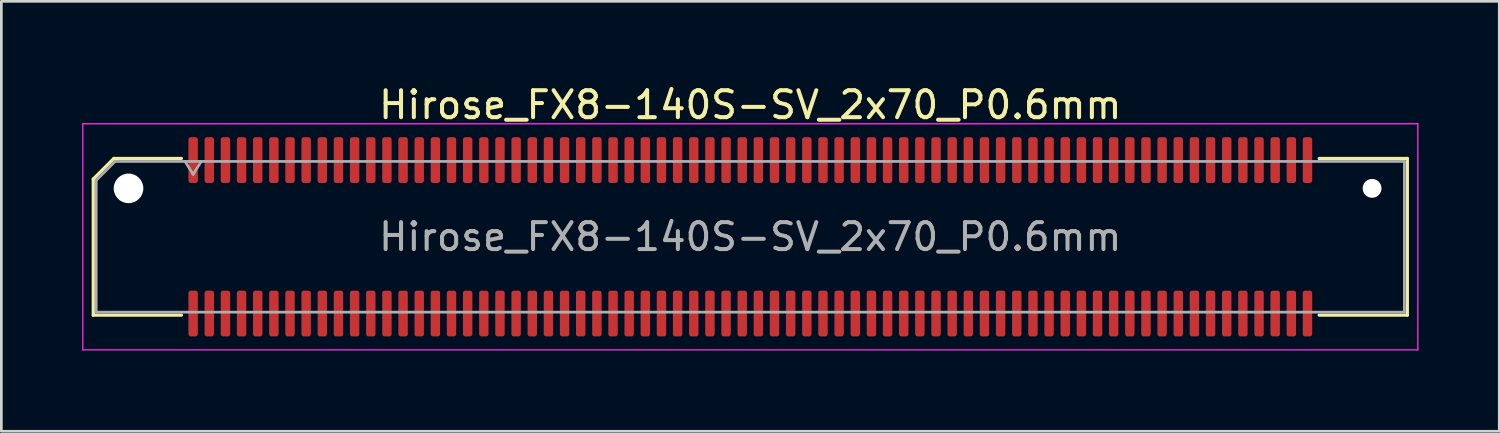
<source format=kicad_pcb>
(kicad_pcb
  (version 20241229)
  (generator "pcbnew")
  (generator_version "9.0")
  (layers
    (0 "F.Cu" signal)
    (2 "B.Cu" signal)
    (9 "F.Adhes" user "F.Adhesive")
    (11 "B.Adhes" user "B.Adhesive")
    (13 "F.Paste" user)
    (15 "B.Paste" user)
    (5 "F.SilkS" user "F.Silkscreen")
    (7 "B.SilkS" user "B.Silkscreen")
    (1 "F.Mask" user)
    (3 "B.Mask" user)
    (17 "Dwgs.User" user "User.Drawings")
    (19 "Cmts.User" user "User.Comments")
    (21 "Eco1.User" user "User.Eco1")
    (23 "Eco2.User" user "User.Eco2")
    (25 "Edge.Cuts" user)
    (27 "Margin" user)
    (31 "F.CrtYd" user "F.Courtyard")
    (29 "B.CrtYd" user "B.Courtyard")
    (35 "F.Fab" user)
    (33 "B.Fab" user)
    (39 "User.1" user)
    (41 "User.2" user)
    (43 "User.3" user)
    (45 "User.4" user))
  (footprint "Hirose_FX8-140S-SV_2x70_P0.6mm"
    (layer "F.Cu")
    (at 24.825 5.748)
    (property "Reference" "Hirose_FX8-140S-SV_2x70_P0.6mm" (at 0 -4.9 0) (layer "F.SilkS") (effects (font (size 1 1) (thickness 0.15))))
    (attr smd)
    (fp_line (start -24.41 -2.146) (end -23.646 -2.91) (stroke (width 0.12) (type solid)) (layer "F.SilkS"))
    (fp_line (start -24.41 2.91) (end -24.41 -2.146) (stroke (width 0.12) (type solid)) (layer "F.SilkS"))
    (fp_line (start -23.646 -2.91) (end -21.135 -2.91) (stroke (width 0.12) (type solid)) (layer "F.SilkS"))
    (fp_line (start -21.135 2.91) (end -24.41 2.91) (stroke (width 0.12) (type solid)) (layer "F.SilkS"))
    (fp_line (start 21.135 -2.91) (end 24.41 -2.91) (stroke (width 0.12) (type solid)) (layer "F.SilkS"))
    (fp_line (start 24.41 -2.91) (end 24.41 2.91) (stroke (width 0.12) (type solid)) (layer "F.SilkS"))
    (fp_line (start 24.41 2.91) (end 21.135 2.91) (stroke (width 0.12) (type solid)) (layer "F.SilkS"))
    (fp_line (start -24.8 -4.2) (end -24.8 4.2) (stroke (width 0.05) (type solid)) (layer "F.CrtYd"))
    (fp_line (start -24.8 4.2) (end 24.8 4.2) (stroke (width 0.05) (type solid)) (layer "F.CrtYd"))
    (fp_line (start 24.8 -4.2) (end -24.8 -4.2) (stroke (width 0.05) (type solid)) (layer "F.CrtYd"))
    (fp_line (start 24.8 4.2) (end 24.8 -4.2) (stroke (width 0.05) (type solid)) (layer "F.CrtYd"))
    (fp_line (start -24.3 -2.1) (end -23.6 -2.8) (stroke (width 0.1) (type solid)) (layer "F.Fab"))
    (fp_line (start -24.3 2.8) (end -24.3 -2.1) (stroke (width 0.1) (type solid)) (layer "F.Fab"))
    (fp_line (start -23.6 -2.8) (end 24.3 -2.8) (stroke (width 0.1) (type solid)) (layer "F.Fab"))
    (fp_line (start -21 -2.8) (end -20.7 -2.32) (stroke (width 0.1) (type solid)) (layer "F.Fab"))
    (fp_line (start -20.7 -2.32) (end -20.4 -2.8) (stroke (width 0.1) (type solid)) (layer "F.Fab"))
    (fp_line (start 24.3 -2.8) (end 24.3 2.8) (stroke (width 0.1) (type solid)) (layer "F.Fab"))
    (fp_line (start 24.3 2.8) (end -24.3 2.8) (stroke (width 0.1) (type solid)) (layer "F.Fab"))
    (fp_text user "${REFERENCE}" (at 0 0 0) (layer "F.Fab") (effects (font (size 1 1) (thickness 0.15))))
    (pad "" np_thru_hole circle (at -23.1 -1.8) (size 1.1 1.1) (drill 1.1) (layers "*.Cu" "*.Mask"))
    (pad "" np_thru_hole circle (at 23.1 -1.8) (size 0.7 0.7) (drill 0.7) (layers "*.Cu" "*.Mask"))
    (pad "1" smd roundrect (at -20.7 -2.85) (size 0.35 1.7) (layers "F.Cu" "F.Mask" "F.Paste") (roundrect_rratio 0.25))
    (pad "2" smd roundrect (at -20.7 2.85) (size 0.35 1.7) (layers "F.Cu" "F.Mask" "F.Paste") (roundrect_rratio 0.25))
    (pad "3" smd roundrect (at -20.1 -2.85) (size 0.35 1.7) (layers "F.Cu" "F.Mask" "F.Paste") (roundrect_rratio 0.25))
    (pad "4" smd roundrect (at -20.1 2.85) (size 0.35 1.7) (layers "F.Cu" "F.Mask" "F.Paste") (roundrect_rratio 0.25))
    (pad "5" smd roundrect (at -19.5 -2.85) (size 0.35 1.7) (layers "F.Cu" "F.Mask" "F.Paste") (roundrect_rratio 0.25))
    (pad "6" smd roundrect (at -19.5 2.85) (size 0.35 1.7) (layers "F.Cu" "F.Mask" "F.Paste") (roundrect_rratio 0.25))
    (pad "7" smd roundrect (at -18.9 -2.85) (size 0.35 1.7) (layers "F.Cu" "F.Mask" "F.Paste") (roundrect_rratio 0.25))
    (pad "8" smd roundrect (at -18.9 2.85) (size 0.35 1.7) (layers "F.Cu" "F.Mask" "F.Paste") (roundrect_rratio 0.25))
    (pad "9" smd roundrect (at -18.3 -2.85) (size 0.35 1.7) (layers "F.Cu" "F.Mask" "F.Paste") (roundrect_rratio 0.25))
    (pad "10" smd roundrect (at -18.3 2.85) (size 0.35 1.7) (layers "F.Cu" "F.Mask" "F.Paste") (roundrect_rratio 0.25))
    (pad "11" smd roundrect (at -17.7 -2.85) (size 0.35 1.7) (layers "F.Cu" "F.Mask" "F.Paste") (roundrect_rratio 0.25))
    (pad "12" smd roundrect (at -17.7 2.85) (size 0.35 1.7) (layers "F.Cu" "F.Mask" "F.Paste") (roundrect_rratio 0.25))
    (pad "13" smd roundrect (at -17.1 -2.85) (size 0.35 1.7) (layers "F.Cu" "F.Mask" "F.Paste") (roundrect_rratio 0.25))
    (pad "14" smd roundrect (at -17.1 2.85) (size 0.35 1.7) (layers "F.Cu" "F.Mask" "F.Paste") (roundrect_rratio 0.25))
    (pad "15" smd roundrect (at -16.5 -2.85) (size 0.35 1.7) (layers "F.Cu" "F.Mask" "F.Paste") (roundrect_rratio 0.25))
    (pad "16" smd roundrect (at -16.5 2.85) (size 0.35 1.7) (layers "F.Cu" "F.Mask" "F.Paste") (roundrect_rratio 0.25))
    (pad "17" smd roundrect (at -15.9 -2.85) (size 0.35 1.7) (layers "F.Cu" "F.Mask" "F.Paste") (roundrect_rratio 0.25))
    (pad "18" smd roundrect (at -15.9 2.85) (size 0.35 1.7) (layers "F.Cu" "F.Mask" "F.Paste") (roundrect_rratio 0.25))
    (pad "19" smd roundrect (at -15.3 -2.85) (size 0.35 1.7) (layers "F.Cu" "F.Mask" "F.Paste") (roundrect_rratio 0.25))
    (pad "20" smd roundrect (at -15.3 2.85) (size 0.35 1.7) (layers "F.Cu" "F.Mask" "F.Paste") (roundrect_rratio 0.25))
    (pad "21" smd roundrect (at -14.7 -2.85) (size 0.35 1.7) (layers "F.Cu" "F.Mask" "F.Paste") (roundrect_rratio 0.25))
    (pad "22" smd roundrect (at -14.7 2.85) (size 0.35 1.7) (layers "F.Cu" "F.Mask" "F.Paste") (roundrect_rratio 0.25))
    (pad "23" smd roundrect (at -14.1 -2.85) (size 0.35 1.7) (layers "F.Cu" "F.Mask" "F.Paste") (roundrect_rratio 0.25))
    (pad "24" smd roundrect (at -14.1 2.85) (size 0.35 1.7) (layers "F.Cu" "F.Mask" "F.Paste") (roundrect_rratio 0.25))
    (pad "25" smd roundrect (at -13.5 -2.85) (size 0.35 1.7) (layers "F.Cu" "F.Mask" "F.Paste") (roundrect_rratio 0.25))
    (pad "26" smd roundrect (at -13.5 2.85) (size 0.35 1.7) (layers "F.Cu" "F.Mask" "F.Paste") (roundrect_rratio 0.25))
    (pad "27" smd roundrect (at -12.9 -2.85) (size 0.35 1.7) (layers "F.Cu" "F.Mask" "F.Paste") (roundrect_rratio 0.25))
    (pad "28" smd roundrect (at -12.9 2.85) (size 0.35 1.7) (layers "F.Cu" "F.Mask" "F.Paste") (roundrect_rratio 0.25))
    (pad "29" smd roundrect (at -12.3 -2.85) (size 0.35 1.7) (layers "F.Cu" "F.Mask" "F.Paste") (roundrect_rratio 0.25))
    (pad "30" smd roundrect (at -12.3 2.85) (size 0.35 1.7) (layers "F.Cu" "F.Mask" "F.Paste") (roundrect_rratio 0.25))
    (pad "31" smd roundrect (at -11.7 -2.85) (size 0.35 1.7) (layers "F.Cu" "F.Mask" "F.Paste") (roundrect_rratio 0.25))
    (pad "32" smd roundrect (at -11.7 2.85) (size 0.35 1.7) (layers "F.Cu" "F.Mask" "F.Paste") (roundrect_rratio 0.25))
    (pad "33" smd roundrect (at -11.1 -2.85) (size 0.35 1.7) (layers "F.Cu" "F.Mask" "F.Paste") (roundrect_rratio 0.25))
    (pad "34" smd roundrect (at -11.1 2.85) (size 0.35 1.7) (layers "F.Cu" "F.Mask" "F.Paste") (roundrect_rratio 0.25))
    (pad "35" smd roundrect (at -10.5 -2.85) (size 0.35 1.7) (layers "F.Cu" "F.Mask" "F.Paste") (roundrect_rratio 0.25))
    (pad "36" smd roundrect (at -10.5 2.85) (size 0.35 1.7) (layers "F.Cu" "F.Mask" "F.Paste") (roundrect_rratio 0.25))
    (pad "37" smd roundrect (at -9.9 -2.85) (size 0.35 1.7) (layers "F.Cu" "F.Mask" "F.Paste") (roundrect_rratio 0.25))
    (pad "38" smd roundrect (at -9.9 2.85) (size 0.35 1.7) (layers "F.Cu" "F.Mask" "F.Paste") (roundrect_rratio 0.25))
    (pad "39" smd roundrect (at -9.3 -2.85) (size 0.35 1.7) (layers "F.Cu" "F.Mask" "F.Paste") (roundrect_rratio 0.25))
    (pad "40" smd roundrect (at -9.3 2.85) (size 0.35 1.7) (layers "F.Cu" "F.Mask" "F.Paste") (roundrect_rratio 0.25))
    (pad "41" smd roundrect (at -8.7 -2.85) (size 0.35 1.7) (layers "F.Cu" "F.Mask" "F.Paste") (roundrect_rratio 0.25))
    (pad "42" smd roundrect (at -8.7 2.85) (size 0.35 1.7) (layers "F.Cu" "F.Mask" "F.Paste") (roundrect_rratio 0.25))
    (pad "43" smd roundrect (at -8.1 -2.85) (size 0.35 1.7) (layers "F.Cu" "F.Mask" "F.Paste") (roundrect_rratio 0.25))
    (pad "44" smd roundrect (at -8.1 2.85) (size 0.35 1.7) (layers "F.Cu" "F.Mask" "F.Paste") (roundrect_rratio 0.25))
    (pad "45" smd roundrect (at -7.5 -2.85) (size 0.35 1.7) (layers "F.Cu" "F.Mask" "F.Paste") (roundrect_rratio 0.25))
    (pad "46" smd roundrect (at -7.5 2.85) (size 0.35 1.7) (layers "F.Cu" "F.Mask" "F.Paste") (roundrect_rratio 0.25))
    (pad "47" smd roundrect (at -6.9 -2.85) (size 0.35 1.7) (layers "F.Cu" "F.Mask" "F.Paste") (roundrect_rratio 0.25))
    (pad "48" smd roundrect (at -6.9 2.85) (size 0.35 1.7) (layers "F.Cu" "F.Mask" "F.Paste") (roundrect_rratio 0.25))
    (pad "49" smd roundrect (at -6.3 -2.85) (size 0.35 1.7) (layers "F.Cu" "F.Mask" "F.Paste") (roundrect_rratio 0.25))
    (pad "50" smd roundrect (at -6.3 2.85) (size 0.35 1.7) (layers "F.Cu" "F.Mask" "F.Paste") (roundrect_rratio 0.25))
    (pad "51" smd roundrect (at -5.7 -2.85) (size 0.35 1.7) (layers "F.Cu" "F.Mask" "F.Paste") (roundrect_rratio 0.25))
    (pad "52" smd roundrect (at -5.7 2.85) (size 0.35 1.7) (layers "F.Cu" "F.Mask" "F.Paste") (roundrect_rratio 0.25))
    (pad "53" smd roundrect (at -5.1 -2.85) (size 0.35 1.7) (layers "F.Cu" "F.Mask" "F.Paste") (roundrect_rratio 0.25))
    (pad "54" smd roundrect (at -5.1 2.85) (size 0.35 1.7) (layers "F.Cu" "F.Mask" "F.Paste") (roundrect_rratio 0.25))
    (pad "55" smd roundrect (at -4.5 -2.85) (size 0.35 1.7) (layers "F.Cu" "F.Mask" "F.Paste") (roundrect_rratio 0.25))
    (pad "56" smd roundrect (at -4.5 2.85) (size 0.35 1.7) (layers "F.Cu" "F.Mask" "F.Paste") (roundrect_rratio 0.25))
    (pad "57" smd roundrect (at -3.9 -2.85) (size 0.35 1.7) (layers "F.Cu" "F.Mask" "F.Paste") (roundrect_rratio 0.25))
    (pad "58" smd roundrect (at -3.9 2.85) (size 0.35 1.7) (layers "F.Cu" "F.Mask" "F.Paste") (roundrect_rratio 0.25))
    (pad "59" smd roundrect (at -3.3 -2.85) (size 0.35 1.7) (layers "F.Cu" "F.Mask" "F.Paste") (roundrect_rratio 0.25))
    (pad "60" smd roundrect (at -3.3 2.85) (size 0.35 1.7) (layers "F.Cu" "F.Mask" "F.Paste") (roundrect_rratio 0.25))
    (pad "61" smd roundrect (at -2.7 -2.85) (size 0.35 1.7) (layers "F.Cu" "F.Mask" "F.Paste") (roundrect_rratio 0.25))
    (pad "62" smd roundrect (at -2.7 2.85) (size 0.35 1.7) (layers "F.Cu" "F.Mask" "F.Paste") (roundrect_rratio 0.25))
    (pad "63" smd roundrect (at -2.1 -2.85) (size 0.35 1.7) (layers "F.Cu" "F.Mask" "F.Paste") (roundrect_rratio 0.25))
    (pad "64" smd roundrect (at -2.1 2.85) (size 0.35 1.7) (layers "F.Cu" "F.Mask" "F.Paste") (roundrect_rratio 0.25))
    (pad "65" smd roundrect (at -1.5 -2.85) (size 0.35 1.7) (layers "F.Cu" "F.Mask" "F.Paste") (roundrect_rratio 0.25))
    (pad "66" smd roundrect (at -1.5 2.85) (size 0.35 1.7) (layers "F.Cu" "F.Mask" "F.Paste") (roundrect_rratio 0.25))
    (pad "67" smd roundrect (at -0.9 -2.85) (size 0.35 1.7) (layers "F.Cu" "F.Mask" "F.Paste") (roundrect_rratio 0.25))
    (pad "68" smd roundrect (at -0.9 2.85) (size 0.35 1.7) (layers "F.Cu" "F.Mask" "F.Paste") (roundrect_rratio 0.25))
    (pad "69" smd roundrect (at -0.3 -2.85) (size 0.35 1.7) (layers "F.Cu" "F.Mask" "F.Paste") (roundrect_rratio 0.25))
    (pad "70" smd roundrect (at -0.3 2.85) (size 0.35 1.7) (layers "F.Cu" "F.Mask" "F.Paste") (roundrect_rratio 0.25))
    (pad "71" smd roundrect (at 0.3 -2.85) (size 0.35 1.7) (layers "F.Cu" "F.Mask" "F.Paste") (roundrect_rratio 0.25))
    (pad "72" smd roundrect (at 0.3 2.85) (size 0.35 1.7) (layers "F.Cu" "F.Mask" "F.Paste") (roundrect_rratio 0.25))
    (pad "73" smd roundrect (at 0.9 -2.85) (size 0.35 1.7) (layers "F.Cu" "F.Mask" "F.Paste") (roundrect_rratio 0.25))
    (pad "74" smd roundrect (at 0.9 2.85) (size 0.35 1.7) (layers "F.Cu" "F.Mask" "F.Paste") (roundrect_rratio 0.25))
    (pad "75" smd roundrect (at 1.5 -2.85) (size 0.35 1.7) (layers "F.Cu" "F.Mask" "F.Paste") (roundrect_rratio 0.25))
    (pad "76" smd roundrect (at 1.5 2.85) (size 0.35 1.7) (layers "F.Cu" "F.Mask" "F.Paste") (roundrect_rratio 0.25))
    (pad "77" smd roundrect (at 2.1 -2.85) (size 0.35 1.7) (layers "F.Cu" "F.Mask" "F.Paste") (roundrect_rratio 0.25))
    (pad "78" smd roundrect (at 2.1 2.85) (size 0.35 1.7) (layers "F.Cu" "F.Mask" "F.Paste") (roundrect_rratio 0.25))
    (pad "79" smd roundrect (at 2.7 -2.85) (size 0.35 1.7) (layers "F.Cu" "F.Mask" "F.Paste") (roundrect_rratio 0.25))
    (pad "80" smd roundrect (at 2.7 2.85) (size 0.35 1.7) (layers "F.Cu" "F.Mask" "F.Paste") (roundrect_rratio 0.25))
    (pad "81" smd roundrect (at 3.3 -2.85) (size 0.35 1.7) (layers "F.Cu" "F.Mask" "F.Paste") (roundrect_rratio 0.25))
    (pad "82" smd roundrect (at 3.3 2.85) (size 0.35 1.7) (layers "F.Cu" "F.Mask" "F.Paste") (roundrect_rratio 0.25))
    (pad "83" smd roundrect (at 3.9 -2.85) (size 0.35 1.7) (layers "F.Cu" "F.Mask" "F.Paste") (roundrect_rratio 0.25))
    (pad "84" smd roundrect (at 3.9 2.85) (size 0.35 1.7) (layers "F.Cu" "F.Mask" "F.Paste") (roundrect_rratio 0.25))
    (pad "85" smd roundrect (at 4.5 -2.85) (size 0.35 1.7) (layers "F.Cu" "F.Mask" "F.Paste") (roundrect_rratio 0.25))
    (pad "86" smd roundrect (at 4.5 2.85) (size 0.35 1.7) (layers "F.Cu" "F.Mask" "F.Paste") (roundrect_rratio 0.25))
    (pad "87" smd roundrect (at 5.1 -2.85) (size 0.35 1.7) (layers "F.Cu" "F.Mask" "F.Paste") (roundrect_rratio 0.25))
    (pad "88" smd roundrect (at 5.1 2.85) (size 0.35 1.7) (layers "F.Cu" "F.Mask" "F.Paste") (roundrect_rratio 0.25))
    (pad "89" smd roundrect (at 5.7 -2.85) (size 0.35 1.7) (layers "F.Cu" "F.Mask" "F.Paste") (roundrect_rratio 0.25))
    (pad "90" smd roundrect (at 5.7 2.85) (size 0.35 1.7) (layers "F.Cu" "F.Mask" "F.Paste") (roundrect_rratio 0.25))
    (pad "91" smd roundrect (at 6.3 -2.85) (size 0.35 1.7) (layers "F.Cu" "F.Mask" "F.Paste") (roundrect_rratio 0.25))
    (pad "92" smd roundrect (at 6.3 2.85) (size 0.35 1.7) (layers "F.Cu" "F.Mask" "F.Paste") (roundrect_rratio 0.25))
    (pad "93" smd roundrect (at 6.9 -2.85) (size 0.35 1.7) (layers "F.Cu" "F.Mask" "F.Paste") (roundrect_rratio 0.25))
    (pad "94" smd roundrect (at 6.9 2.85) (size 0.35 1.7) (layers "F.Cu" "F.Mask" "F.Paste") (roundrect_rratio 0.25))
    (pad "95" smd roundrect (at 7.5 -2.85) (size 0.35 1.7) (layers "F.Cu" "F.Mask" "F.Paste") (roundrect_rratio 0.25))
    (pad "96" smd roundrect (at 7.5 2.85) (size 0.35 1.7) (layers "F.Cu" "F.Mask" "F.Paste") (roundrect_rratio 0.25))
    (pad "97" smd roundrect (at 8.1 -2.85) (size 0.35 1.7) (layers "F.Cu" "F.Mask" "F.Paste") (roundrect_rratio 0.25))
    (pad "98" smd roundrect (at 8.1 2.85) (size 0.35 1.7) (layers "F.Cu" "F.Mask" "F.Paste") (roundrect_rratio 0.25))
    (pad "99" smd roundrect (at 8.7 -2.85) (size 0.35 1.7) (layers "F.Cu" "F.Mask" "F.Paste") (roundrect_rratio 0.25))
    (pad "100" smd roundrect (at 8.7 2.85) (size 0.35 1.7) (layers "F.Cu" "F.Mask" "F.Paste") (roundrect_rratio 0.25))
    (pad "101" smd roundrect (at 9.3 -2.85) (size 0.35 1.7) (layers "F.Cu" "F.Mask" "F.Paste") (roundrect_rratio 0.25))
    (pad "102" smd roundrect (at 9.3 2.85) (size 0.35 1.7) (layers "F.Cu" "F.Mask" "F.Paste") (roundrect_rratio 0.25))
    (pad "103" smd roundrect (at 9.9 -2.85) (size 0.35 1.7) (layers "F.Cu" "F.Mask" "F.Paste") (roundrect_rratio 0.25))
    (pad "104" smd roundrect (at 9.9 2.85) (size 0.35 1.7) (layers "F.Cu" "F.Mask" "F.Paste") (roundrect_rratio 0.25))
    (pad "105" smd roundrect (at 10.5 -2.85) (size 0.35 1.7) (layers "F.Cu" "F.Mask" "F.Paste") (roundrect_rratio 0.25))
    (pad "106" smd roundrect (at 10.5 2.85) (size 0.35 1.7) (layers "F.Cu" "F.Mask" "F.Paste") (roundrect_rratio 0.25))
    (pad "107" smd roundrect (at 11.1 -2.85) (size 0.35 1.7) (layers "F.Cu" "F.Mask" "F.Paste") (roundrect_rratio 0.25))
    (pad "108" smd roundrect (at 11.1 2.85) (size 0.35 1.7) (layers "F.Cu" "F.Mask" "F.Paste") (roundrect_rratio 0.25))
    (pad "109" smd roundrect (at 11.7 -2.85) (size 0.35 1.7) (layers "F.Cu" "F.Mask" "F.Paste") (roundrect_rratio 0.25))
    (pad "110" smd roundrect (at 11.7 2.85) (size 0.35 1.7) (layers "F.Cu" "F.Mask" "F.Paste") (roundrect_rratio 0.25))
    (pad "111" smd roundrect (at 12.3 -2.85) (size 0.35 1.7) (layers "F.Cu" "F.Mask" "F.Paste") (roundrect_rratio 0.25))
    (pad "112" smd roundrect (at 12.3 2.85) (size 0.35 1.7) (layers "F.Cu" "F.Mask" "F.Paste") (roundrect_rratio 0.25))
    (pad "113" smd roundrect (at 12.9 -2.85) (size 0.35 1.7) (layers "F.Cu" "F.Mask" "F.Paste") (roundrect_rratio 0.25))
    (pad "114" smd roundrect (at 12.9 2.85) (size 0.35 1.7) (layers "F.Cu" "F.Mask" "F.Paste") (roundrect_rratio 0.25))
    (pad "115" smd roundrect (at 13.5 -2.85) (size 0.35 1.7) (layers "F.Cu" "F.Mask" "F.Paste") (roundrect_rratio 0.25))
    (pad "116" smd roundrect (at 13.5 2.85) (size 0.35 1.7) (layers "F.Cu" "F.Mask" "F.Paste") (roundrect_rratio 0.25))
    (pad "117" smd roundrect (at 14.1 -2.85) (size 0.35 1.7) (layers "F.Cu" "F.Mask" "F.Paste") (roundrect_rratio 0.25))
    (pad "118" smd roundrect (at 14.1 2.85) (size 0.35 1.7) (layers "F.Cu" "F.Mask" "F.Paste") (roundrect_rratio 0.25))
    (pad "119" smd roundrect (at 14.7 -2.85) (size 0.35 1.7) (layers "F.Cu" "F.Mask" "F.Paste") (roundrect_rratio 0.25))
    (pad "120" smd roundrect (at 14.7 2.85) (size 0.35 1.7) (layers "F.Cu" "F.Mask" "F.Paste") (roundrect_rratio 0.25))
    (pad "121" smd roundrect (at 15.3 -2.85) (size 0.35 1.7) (layers "F.Cu" "F.Mask" "F.Paste") (roundrect_rratio 0.25))
    (pad "122" smd roundrect (at 15.3 2.85) (size 0.35 1.7) (layers "F.Cu" "F.Mask" "F.Paste") (roundrect_rratio 0.25))
    (pad "123" smd roundrect (at 15.9 -2.85) (size 0.35 1.7) (layers "F.Cu" "F.Mask" "F.Paste") (roundrect_rratio 0.25))
    (pad "124" smd roundrect (at 15.9 2.85) (size 0.35 1.7) (layers "F.Cu" "F.Mask" "F.Paste") (roundrect_rratio 0.25))
    (pad "125" smd roundrect (at 16.5 -2.85) (size 0.35 1.7) (layers "F.Cu" "F.Mask" "F.Paste") (roundrect_rratio 0.25))
    (pad "126" smd roundrect (at 16.5 2.85) (size 0.35 1.7) (layers "F.Cu" "F.Mask" "F.Paste") (roundrect_rratio 0.25))
    (pad "127" smd roundrect (at 17.1 -2.85) (size 0.35 1.7) (layers "F.Cu" "F.Mask" "F.Paste") (roundrect_rratio 0.25))
    (pad "128" smd roundrect (at 17.1 2.85) (size 0.35 1.7) (layers "F.Cu" "F.Mask" "F.Paste") (roundrect_rratio 0.25))
    (pad "129" smd roundrect (at 17.7 -2.85) (size 0.35 1.7) (layers "F.Cu" "F.Mask" "F.Paste") (roundrect_rratio 0.25))
    (pad "130" smd roundrect (at 17.7 2.85) (size 0.35 1.7) (layers "F.Cu" "F.Mask" "F.Paste") (roundrect_rratio 0.25))
    (pad "131" smd roundrect (at 18.3 -2.85) (size 0.35 1.7) (layers "F.Cu" "F.Mask" "F.Paste") (roundrect_rratio 0.25))
    (pad "132" smd roundrect (at 18.3 2.85) (size 0.35 1.7) (layers "F.Cu" "F.Mask" "F.Paste") (roundrect_rratio 0.25))
    (pad "133" smd roundrect (at 18.9 -2.85) (size 0.35 1.7) (layers "F.Cu" "F.Mask" "F.Paste") (roundrect_rratio 0.25))
    (pad "134" smd roundrect (at 18.9 2.85) (size 0.35 1.7) (layers "F.Cu" "F.Mask" "F.Paste") (roundrect_rratio 0.25))
    (pad "135" smd roundrect (at 19.5 -2.85) (size 0.35 1.7) (layers "F.Cu" "F.Mask" "F.Paste") (roundrect_rratio 0.25))
    (pad "136" smd roundrect (at 19.5 2.85) (size 0.35 1.7) (layers "F.Cu" "F.Mask" "F.Paste") (roundrect_rratio 0.25))
    (pad "137" smd roundrect (at 20.1 -2.85) (size 0.35 1.7) (layers "F.Cu" "F.Mask" "F.Paste") (roundrect_rratio 0.25))
    (pad "138" smd roundrect (at 20.1 2.85) (size 0.35 1.7) (layers "F.Cu" "F.Mask" "F.Paste") (roundrect_rratio 0.25))
    (pad "139" smd roundrect (at 20.7 -2.85) (size 0.35 1.7) (layers "F.Cu" "F.Mask" "F.Paste") (roundrect_rratio 0.25))
    (pad "140" smd roundrect (at 20.7 2.85) (size 0.35 1.7) (layers "F.Cu" "F.Mask" "F.Paste") (roundrect_rratio 0.25)))
  (gr_rect
    (start -3 -3)
    (end 52.65 12.973)
    (stroke (width 0.1) (type default))
    (fill no)
    (layer "Edge.Cuts")))
</source>
